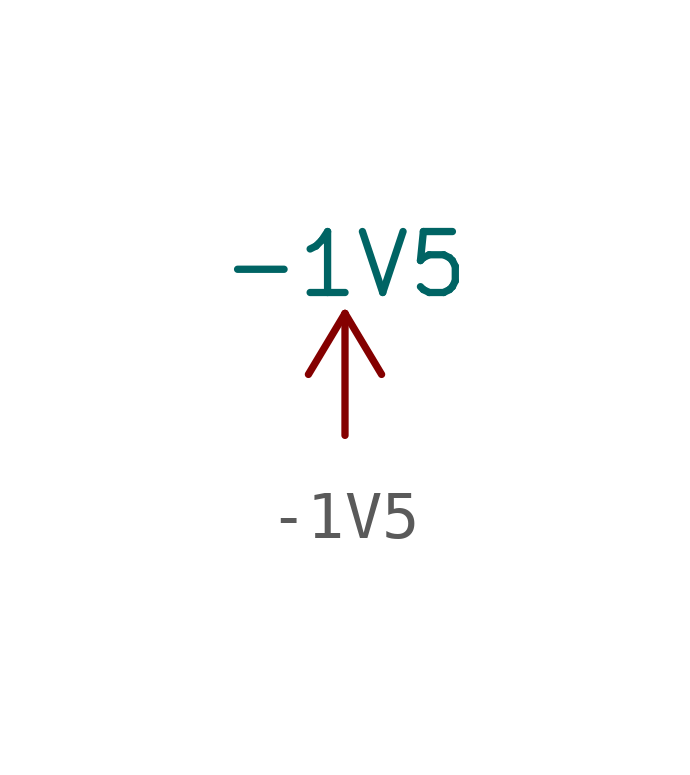
<source format=kicad_sym>
(kicad_symbol_lib
  (version 20211014)
  (generator kicad_symbol_editor)
  (symbol "-1V5"
    (power)
    (pin_names
      (offset 0))
    (property "Reference" "#PWR"
      (at 0 -3.81 0)
      (effects (font (size 1.27 1.27)) hide))
    (property "Value" "-1V5"
      (at 0 3.556 0)
      (effects (font (size 1.27 1.27))))
    (symbol "-1V5_0_1"
      (polyline (pts (xy -0.762 1.27) (xy 0 2.54)) (stroke (width 0) (type default) (color 0 0 0 0)) (fill (type none)))
      (polyline (pts (xy 0 0) (xy 0 2.54)) (stroke (width 0) (type default) (color 0 0 0 0)) (fill (type none)))
      (polyline (pts (xy 0 2.54) (xy 0.762 1.27)) (stroke (width 0) (type default) (color 0 0 0 0)) (fill (type none))))
    (symbol "-1V5_1_1"
      (pin power_in line (at 0 0 90) (length 0) hide (name "-3V0" (effects (font (size 1.27 1.27)))) (number "1" (effects (font (size 1.27 1.27))))))))
</source>
